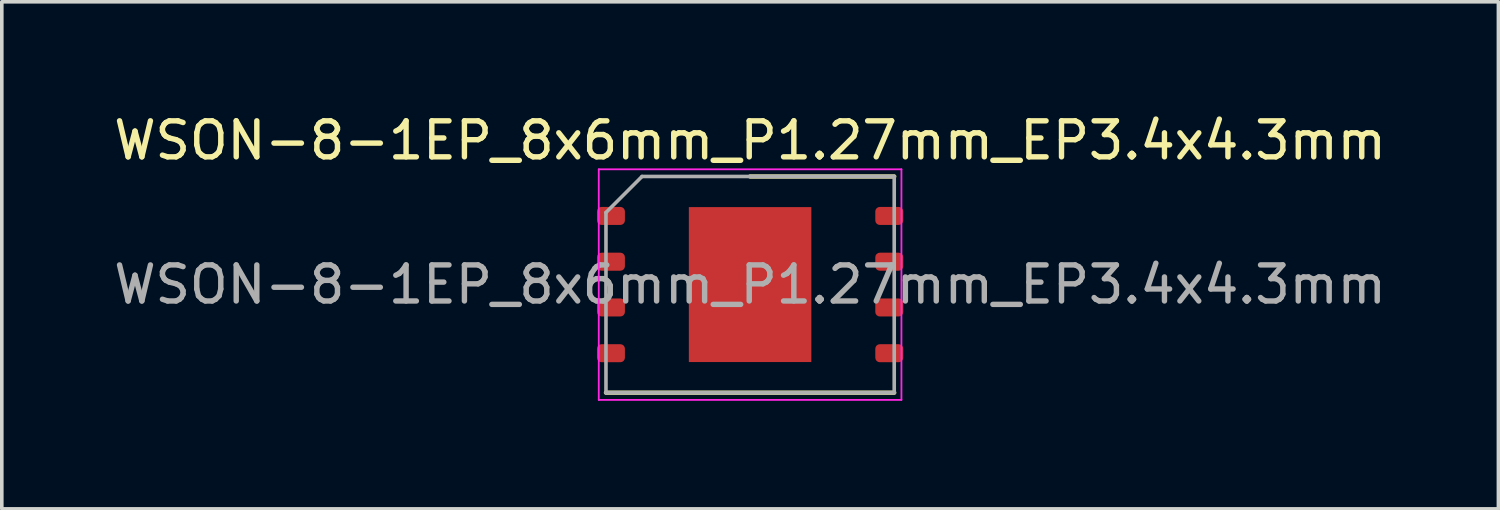
<source format=kicad_pcb>
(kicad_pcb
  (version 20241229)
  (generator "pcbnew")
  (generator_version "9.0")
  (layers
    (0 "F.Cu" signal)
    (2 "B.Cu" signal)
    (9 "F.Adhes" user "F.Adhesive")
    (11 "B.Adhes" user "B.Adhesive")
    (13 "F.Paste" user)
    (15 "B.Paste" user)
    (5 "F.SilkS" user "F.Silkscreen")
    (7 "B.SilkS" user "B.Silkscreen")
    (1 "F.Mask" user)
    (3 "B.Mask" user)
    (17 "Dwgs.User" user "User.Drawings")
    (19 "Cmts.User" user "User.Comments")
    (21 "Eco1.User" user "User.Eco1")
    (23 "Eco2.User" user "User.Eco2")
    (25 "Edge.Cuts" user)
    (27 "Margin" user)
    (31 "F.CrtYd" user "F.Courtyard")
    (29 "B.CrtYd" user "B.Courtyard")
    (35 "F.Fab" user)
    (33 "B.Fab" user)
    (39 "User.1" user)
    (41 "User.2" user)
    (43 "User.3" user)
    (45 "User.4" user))
  (footprint "WSON-8-1EP_8x6mm_P1.27mm_EP3.4x4.3mm"
    (layer "F.Cu")
    (at 17.768 4.848)
    (property "Reference" "WSON-8-1EP_8x6mm_P1.27mm_EP3.4x4.3mm" (at 0 -4 0) (layer "F.SilkS") (effects (font (size 1 1) (thickness 0.15))))
    (attr smd)
    (fp_line (start -4 3) (end 4 3) (stroke (width 0.12) (type solid)) (layer "F.SilkS"))
    (fp_line (start 0 -3) (end 4 -3) (stroke (width 0.12) (type solid)) (layer "F.SilkS"))
    (fp_line (start -4.2 -3.2) (end -4.2 3.2) (stroke (width 0.05) (type solid)) (layer "F.CrtYd"))
    (fp_line (start -4.2 3.2) (end 4.2 3.2) (stroke (width 0.05) (type solid)) (layer "F.CrtYd"))
    (fp_line (start 4.2 -3.2) (end -4.2 -3.2) (stroke (width 0.05) (type solid)) (layer "F.CrtYd"))
    (fp_line (start 4.2 3.2) (end 4.2 -3.2) (stroke (width 0.05) (type solid)) (layer "F.CrtYd"))
    (fp_line (start -4 -2) (end -3 -3) (stroke (width 0.1) (type solid)) (layer "F.Fab"))
    (fp_line (start -4 3) (end -4 -2) (stroke (width 0.1) (type solid)) (layer "F.Fab"))
    (fp_line (start -3 -3) (end 4 -3) (stroke (width 0.1) (type solid)) (layer "F.Fab"))
    (fp_line (start 4 -3) (end 4 3) (stroke (width 0.1) (type solid)) (layer "F.Fab"))
    (fp_line (start 4 3) (end -4 3) (stroke (width 0.1) (type solid)) (layer "F.Fab"))
    (fp_text user "${REFERENCE}" (at 0 0 0) (layer "F.Fab") (effects (font (size 1 1) (thickness 0.15))))
    (pad "" smd roundrect (at -0.85 -1) (size 1.37 1.61) (layers "F.Paste") (roundrect_rratio 0.182))
    (pad "" smd roundrect (at -0.85 1) (size 1.37 1.61) (layers "F.Paste") (roundrect_rratio 0.182))
    (pad "" smd roundrect (at 0.85 -1) (size 1.37 1.61) (layers "F.Paste") (roundrect_rratio 0.182))
    (pad "" smd roundrect (at 0.85 1) (size 1.37 1.61) (layers "F.Paste") (roundrect_rratio 0.182))
    (pad "1" smd roundrect (at -3.862 -1.905) (size 0.775 0.5) (layers "F.Cu" "F.Mask" "F.Paste") (roundrect_rratio 0.25))
    (pad "2" smd roundrect (at -3.862 -0.635) (size 0.775 0.5) (layers "F.Cu" "F.Mask" "F.Paste") (roundrect_rratio 0.25))
    (pad "3" smd roundrect (at -3.862 0.635) (size 0.775 0.5) (layers "F.Cu" "F.Mask" "F.Paste") (roundrect_rratio 0.25))
    (pad "4" smd roundrect (at -3.862 1.905) (size 0.775 0.5) (layers "F.Cu" "F.Mask" "F.Paste") (roundrect_rratio 0.25))
    (pad "5" smd roundrect (at 3.862 1.905) (size 0.775 0.5) (layers "F.Cu" "F.Mask" "F.Paste") (roundrect_rratio 0.25))
    (pad "6" smd roundrect (at 3.862 0.635) (size 0.775 0.5) (layers "F.Cu" "F.Mask" "F.Paste") (roundrect_rratio 0.25))
    (pad "7" smd roundrect (at 3.862 -0.635) (size 0.775 0.5) (layers "F.Cu" "F.Mask" "F.Paste") (roundrect_rratio 0.25))
    (pad "8" smd roundrect (at 3.862 -1.905) (size 0.775 0.5) (layers "F.Cu" "F.Mask" "F.Paste") (roundrect_rratio 0.25))
    (pad "9" smd rect (at 0 0) (size 3.4 4.3) (layers "F.Cu" "F.Mask")))
  (gr_rect
    (start -3 -3)
    (end 38.536 11.073)
    (stroke (width 0.1) (type default))
    (fill no)
    (layer "Edge.Cuts")))
</source>
